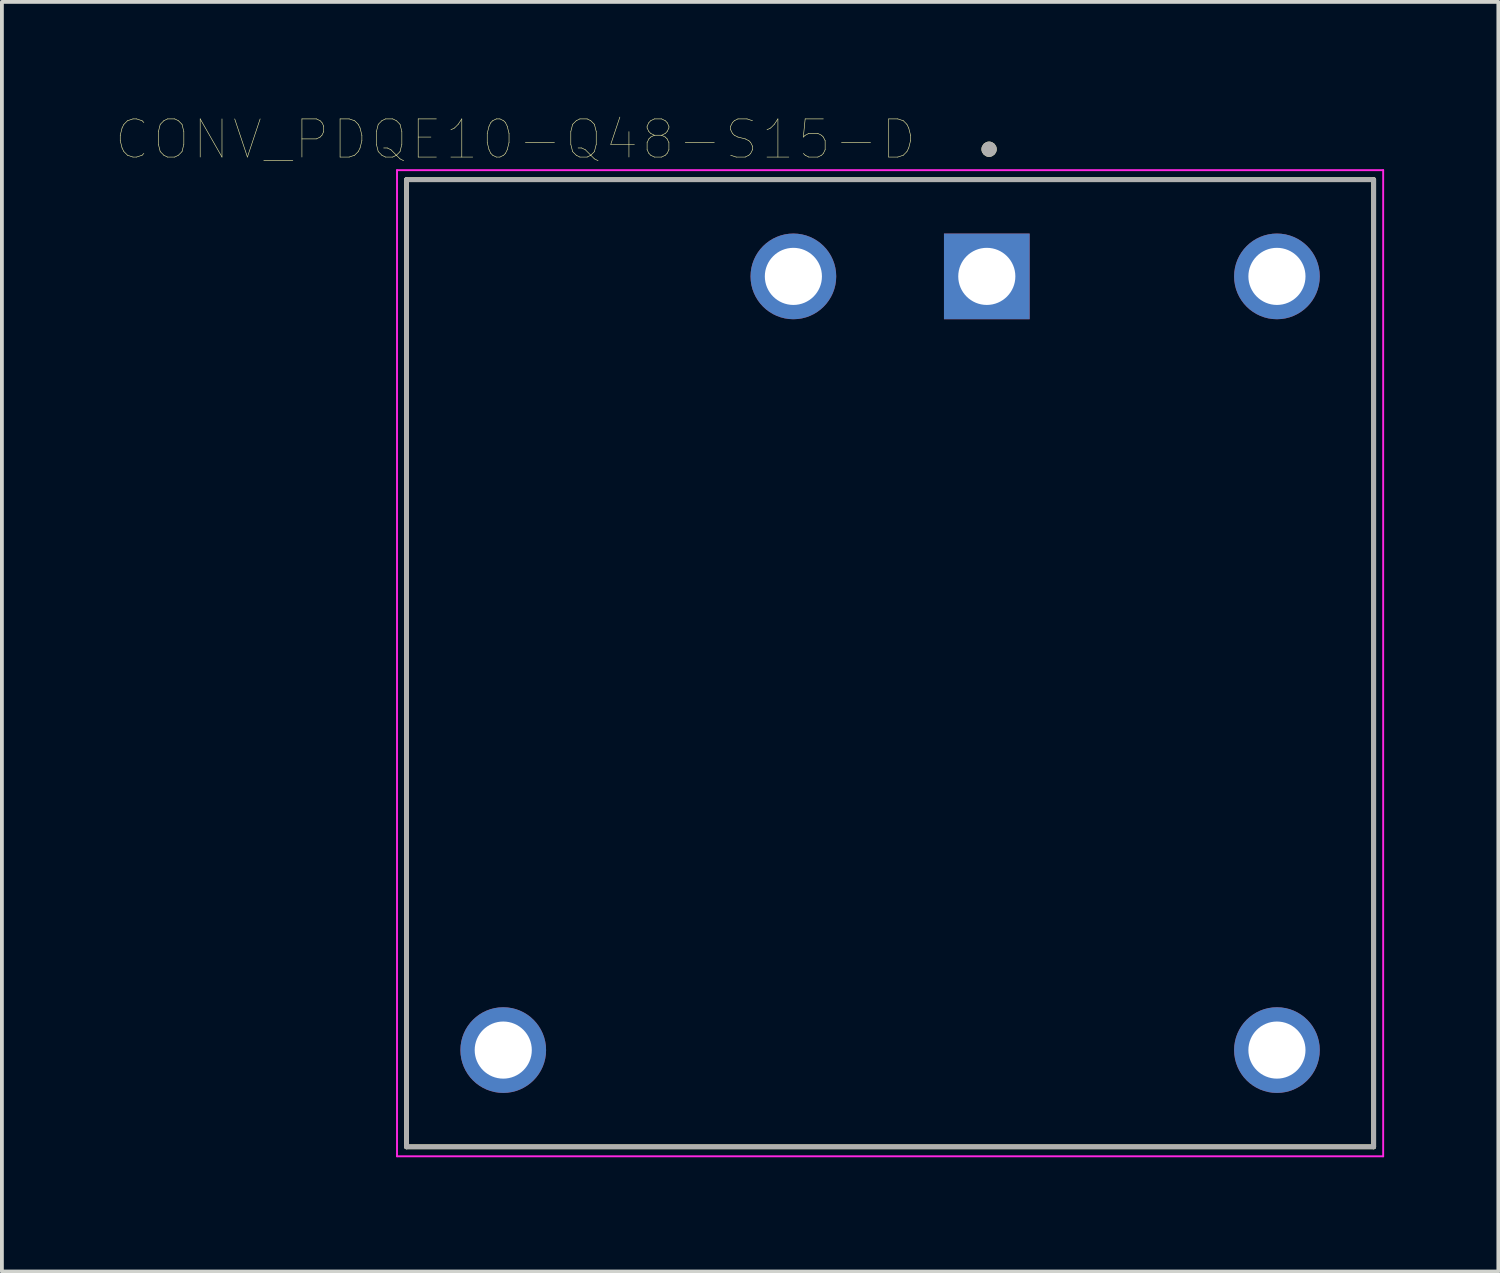
<source format=kicad_pcb>
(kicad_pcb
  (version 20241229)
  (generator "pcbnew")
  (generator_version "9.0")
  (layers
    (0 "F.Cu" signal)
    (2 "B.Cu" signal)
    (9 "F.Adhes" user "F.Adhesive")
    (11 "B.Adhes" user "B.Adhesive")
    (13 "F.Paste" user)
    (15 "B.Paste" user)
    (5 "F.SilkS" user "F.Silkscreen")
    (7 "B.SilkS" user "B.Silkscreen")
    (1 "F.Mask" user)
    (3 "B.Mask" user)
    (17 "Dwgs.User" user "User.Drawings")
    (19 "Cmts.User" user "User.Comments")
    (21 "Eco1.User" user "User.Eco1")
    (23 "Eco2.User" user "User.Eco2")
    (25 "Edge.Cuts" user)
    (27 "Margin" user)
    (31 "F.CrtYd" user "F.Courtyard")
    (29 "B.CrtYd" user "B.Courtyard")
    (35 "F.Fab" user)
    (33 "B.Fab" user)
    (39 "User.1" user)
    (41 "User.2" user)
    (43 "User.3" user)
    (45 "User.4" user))
  (footprint "CONV_PDQE10-Q48-S15-D"
    (layer "F.Cu")
    (at 20.327 14.369)
    (property "Reference" "CONV_PDQE10-Q48-S15-D" (at -9.841 -13.757 0) (layer "F.SilkS") (effects (font (size 1.002 1.002) (thickness 0.015))))
    (attr through_hole)
    (fp_line (start -12.7 -12.7) (end 12.7 -12.7) (stroke (width 0.127) (type solid)) (layer "F.SilkS"))
    (fp_line (start -12.7 12.7) (end -12.7 -12.7) (stroke (width 0.127) (type solid)) (layer "F.SilkS"))
    (fp_line (start 12.7 -12.7) (end 12.7 12.7) (stroke (width 0.127) (type solid)) (layer "F.SilkS"))
    (fp_line (start 12.7 12.7) (end -12.7 12.7) (stroke (width 0.127) (type solid)) (layer "F.SilkS"))
    (fp_circle (center 2.6 -13.5) (end 2.7 -13.5) (stroke (width 0.2) (type solid)) (fill no) (layer "F.SilkS"))
    (fp_line (start -12.95 -12.95) (end 12.95 -12.95) (stroke (width 0.05) (type solid)) (layer "F.CrtYd"))
    (fp_line (start -12.95 12.95) (end -12.95 -12.95) (stroke (width 0.05) (type solid)) (layer "F.CrtYd"))
    (fp_line (start 12.95 -12.95) (end 12.95 12.95) (stroke (width 0.05) (type solid)) (layer "F.CrtYd"))
    (fp_line (start 12.95 12.95) (end -12.95 12.95) (stroke (width 0.05) (type solid)) (layer "F.CrtYd"))
    (fp_line (start -12.7 -12.7) (end 12.7 -12.7) (stroke (width 0.127) (type solid)) (layer "F.Fab"))
    (fp_line (start -12.7 12.7) (end -12.7 -12.7) (stroke (width 0.127) (type solid)) (layer "F.Fab"))
    (fp_line (start 12.7 -12.7) (end 12.7 12.7) (stroke (width 0.127) (type solid)) (layer "F.Fab"))
    (fp_line (start 12.7 12.7) (end -12.7 12.7) (stroke (width 0.127) (type solid)) (layer "F.Fab"))
    (fp_circle (center 2.6 -13.5) (end 2.7 -13.5) (stroke (width 0.2) (type solid)) (fill no) (layer "F.Fab"))
    (pad "1" thru_hole rect (at 2.54 -10.16) (size 2.25 2.25) (drill 1.5) (layers "*.Cu" "*.Mask"))
    (pad "2" thru_hole circle (at -2.54 -10.16) (size 2.25 2.25) (drill 1.5) (layers "*.Cu" "*.Mask"))
    (pad "3" thru_hole circle (at -10.16 10.16) (size 2.25 2.25) (drill 1.5) (layers "*.Cu" "*.Mask"))
    (pad "5" thru_hole circle (at 10.16 10.16) (size 2.25 2.25) (drill 1.5) (layers "*.Cu" "*.Mask"))
    (pad "6" thru_hole circle (at 10.16 -10.16) (size 2.25 2.25) (drill 1.5) (layers "*.Cu" "*.Mask")))
  (gr_rect
    (start -3 -3)
    (end 36.302 30.344)
    (stroke (width 0.1) (type default))
    (fill no)
    (layer "Edge.Cuts")))
</source>
